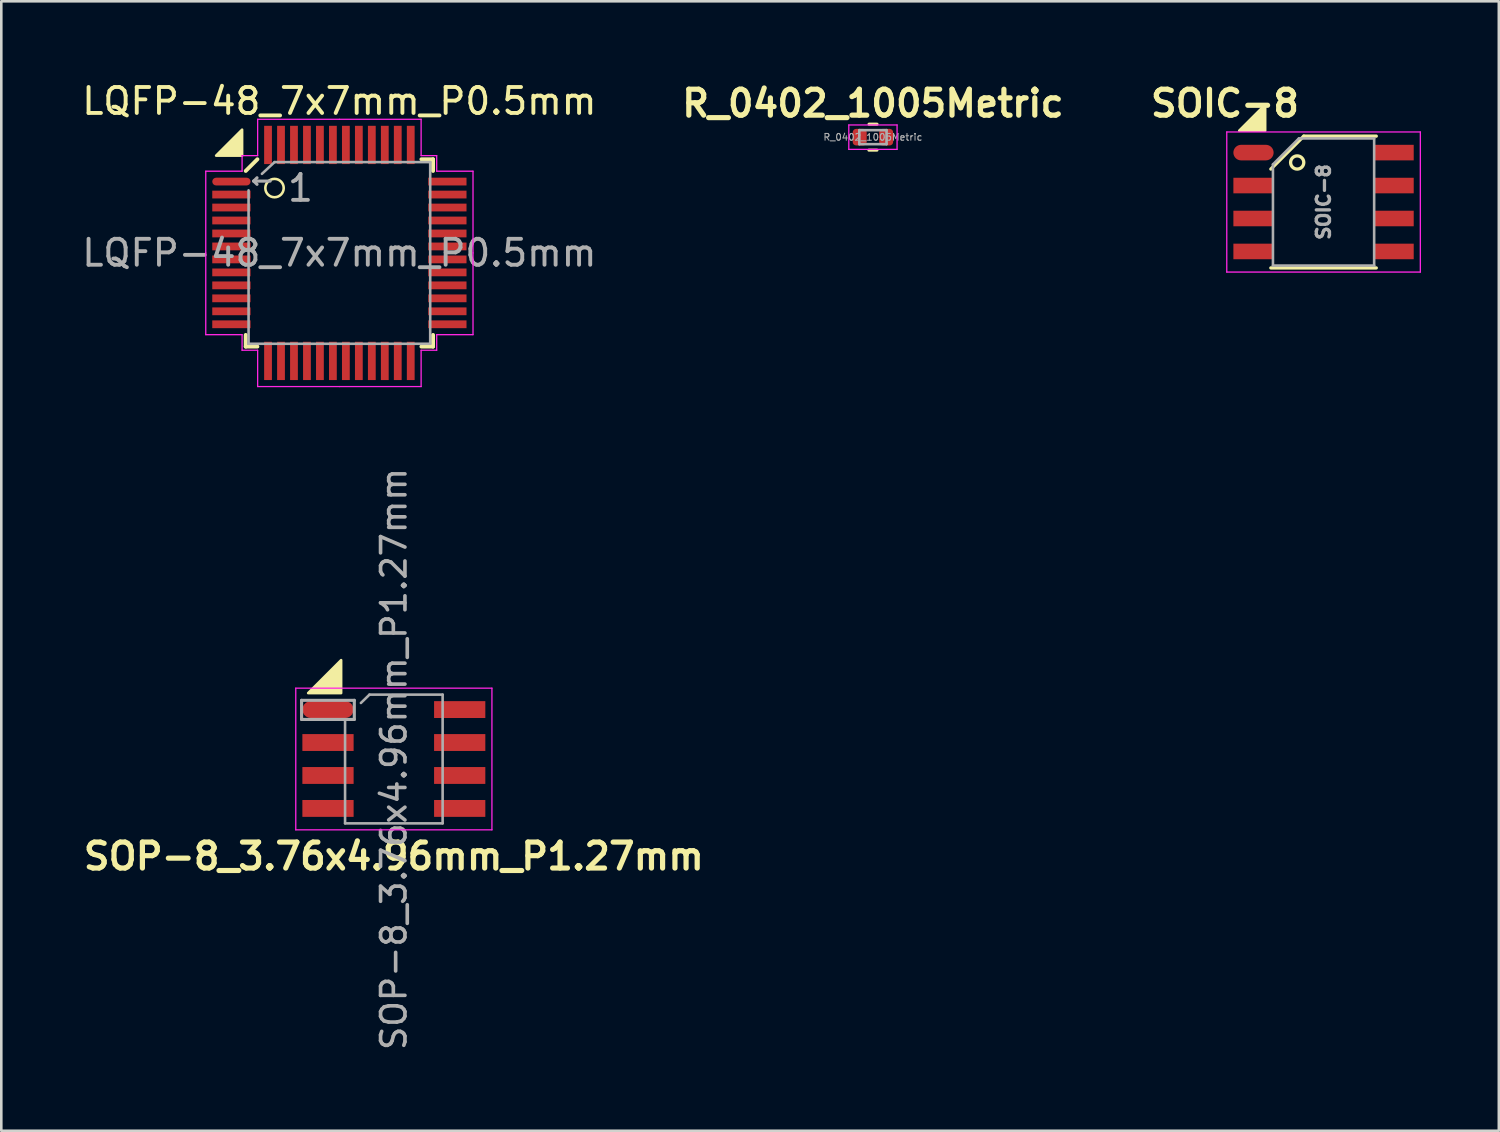
<source format=kicad_pcb>
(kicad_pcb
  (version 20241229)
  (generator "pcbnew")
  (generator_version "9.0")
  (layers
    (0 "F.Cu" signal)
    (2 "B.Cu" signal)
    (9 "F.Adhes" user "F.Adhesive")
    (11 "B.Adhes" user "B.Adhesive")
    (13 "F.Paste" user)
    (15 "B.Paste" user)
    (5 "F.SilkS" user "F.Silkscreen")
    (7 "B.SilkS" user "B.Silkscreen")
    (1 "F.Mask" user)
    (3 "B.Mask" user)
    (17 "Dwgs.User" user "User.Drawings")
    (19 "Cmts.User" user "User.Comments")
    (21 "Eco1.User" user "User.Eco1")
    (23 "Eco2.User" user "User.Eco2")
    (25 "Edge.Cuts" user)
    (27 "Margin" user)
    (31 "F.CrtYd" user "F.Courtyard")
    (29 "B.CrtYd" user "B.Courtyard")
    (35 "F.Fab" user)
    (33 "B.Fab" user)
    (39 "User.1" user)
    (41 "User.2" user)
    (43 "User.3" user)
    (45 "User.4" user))
  (footprint "SOP-8_3.76x4.96mm_P1.27mm"
    (layer "F.Cu")
    (at 12.129 26.202)
    (property "Reference" "SOP-8_3.76x4.96mm_P1.27mm" (at 0 3.75 0) (layer "F.SilkS") (effects (font (size 1 1) (thickness 0.2))))
    (attr smd)
    (fp_poly (pts (xy -3.302 -2.54) (xy -2.032 -2.54) (xy -2.032 -3.81)) (stroke (width 0.1) (type solid)) (fill yes) (layer "F.SilkS"))
    (fp_line (start -3.78 -2.73) (end -3.78 2.73) (stroke (width 0.05) (type solid)) (layer "F.CrtYd"))
    (fp_line (start -3.78 2.73) (end 3.78 2.73) (stroke (width 0.05) (type solid)) (layer "F.CrtYd"))
    (fp_line (start 3.78 -2.73) (end -3.78 -2.73) (stroke (width 0.05) (type solid)) (layer "F.CrtYd"))
    (fp_line (start 3.78 2.73) (end 3.78 -2.73) (stroke (width 0.05) (type solid)) (layer "F.CrtYd"))
    (fp_line (start -3.556 -2.261) (end -1.524 -2.261) (stroke (width 0.12) (type solid)) (layer "F.Fab"))
    (fp_line (start -3.556 -1.524) (end -3.556 -2.261) (stroke (width 0.12) (type solid)) (layer "F.Fab"))
    (fp_line (start -1.88 2.48) (end -1.88 -1.499) (stroke (width 0.1) (type solid)) (layer "F.Fab"))
    (fp_line (start -1.524 -2.261) (end -1.524 -1.524) (stroke (width 0.12) (type solid)) (layer "F.Fab"))
    (fp_line (start -1.524 -1.524) (end -3.556 -1.524) (stroke (width 0.12) (type solid)) (layer "F.Fab"))
    (fp_line (start -1.27 -2.159) (end -0.94 -2.48) (stroke (width 0.1) (type solid)) (layer "F.Fab"))
    (fp_line (start -0.94 -2.48) (end 1.88 -2.48) (stroke (width 0.1) (type solid)) (layer "F.Fab"))
    (fp_line (start 1.88 -2.48) (end 1.88 2.48) (stroke (width 0.1) (type solid)) (layer "F.Fab"))
    (fp_line (start 1.88 2.48) (end -1.88 2.48) (stroke (width 0.1) (type solid)) (layer "F.Fab"))
    (fp_text user "${REFERENCE}" (at 0 0 270) (layer "F.Fab") (effects (font (size 0.94 0.94) (thickness 0.14))))
    (pad "1" smd roundrect (at -2.538 -1.905) (size 1.975 0.65) (layers "F.Cu" "F.Mask" "F.Paste") (roundrect_rratio 0.5))
    (pad "2" smd rect (at -2.538 -0.635) (size 1.975 0.65) (layers "F.Cu" "F.Mask" "F.Paste"))
    (pad "3" smd rect (at -2.538 0.635) (size 1.975 0.65) (layers "F.Cu" "F.Mask" "F.Paste"))
    (pad "4" smd rect (at -2.538 1.905) (size 1.975 0.65) (layers "F.Cu" "F.Mask" "F.Paste"))
    (pad "5" smd rect (at 2.538 1.905) (size 1.975 0.65) (layers "F.Cu" "F.Mask" "F.Paste"))
    (pad "6" smd rect (at 2.538 0.635) (size 1.975 0.65) (layers "F.Cu" "F.Mask" "F.Paste"))
    (pad "7" smd rect (at 2.538 -0.635) (size 1.975 0.65) (layers "F.Cu" "F.Mask" "F.Paste"))
    (pad "8" smd rect (at 2.538 -1.905) (size 1.975 0.65) (layers "F.Cu" "F.Mask" "F.Paste")))
  (footprint "SOIC-8"
    (layer "F.Cu")
    (at 47.96 4.736)
    (property "Reference" "SOIC-8" (at -3.8 -3.8 180) (layer "F.SilkS") (effects (font (size 1 1) (thickness 0.2))))
    (attr smd)
    (fp_line (start -2.032 -1.27) (end -0.762 -2.54) (stroke (width 0.127) (type solid)) (layer "F.SilkS"))
    (fp_line (start -0.762 -2.54) (end 2.032 -2.54) (stroke (width 0.127) (type solid)) (layer "F.SilkS"))
    (fp_line (start 2.032 2.54) (end -2.032 2.54) (stroke (width 0.127) (type solid)) (layer "F.SilkS"))
    (fp_circle (center -1.016 -1.524) (end -0.762 -1.524) (stroke (width 0.127) (type solid)) (fill no) (layer "F.SilkS"))
    (fp_poly (pts (xy -3.25 -2.75) (xy -2.25 -2.75) (xy -2.25 -3.75)) (stroke (width 0.1) (type solid)) (fill yes) (layer "F.SilkS"))
    (fp_line (start -3.73 -2.7) (end -3.73 2.7) (stroke (width 0.05) (type solid)) (layer "F.CrtYd"))
    (fp_line (start -3.73 -2.7) (end 3.73 -2.7) (stroke (width 0.05) (type solid)) (layer "F.CrtYd"))
    (fp_line (start -3.73 2.7) (end 3.73 2.7) (stroke (width 0.05) (type solid)) (layer "F.CrtYd"))
    (fp_line (start 3.73 -2.7) (end 3.73 2.7) (stroke (width 0.05) (type solid)) (layer "F.CrtYd"))
    (fp_line (start -1.95 -1.45) (end -0.95 -2.45) (stroke (width 0.1) (type solid)) (layer "F.Fab"))
    (fp_line (start -1.95 2.45) (end -1.95 -1.45) (stroke (width 0.1) (type solid)) (layer "F.Fab"))
    (fp_line (start -0.95 -2.45) (end 1.95 -2.45) (stroke (width 0.1) (type solid)) (layer "F.Fab"))
    (fp_line (start 1.95 -2.45) (end 1.95 2.45) (stroke (width 0.1) (type solid)) (layer "F.Fab"))
    (fp_line (start 1.95 2.45) (end -1.95 2.45) (stroke (width 0.1) (type solid)) (layer "F.Fab"))
    (fp_text user "${REFERENCE}" (at 0 0 90) (layer "F.Fab") (effects (font (size 0.508 0.508) (thickness 0.127))))
    (pad "1" smd oval (at -2.7 -1.905) (size 1.55 0.6) (layers "F.Cu" "F.Mask" "F.Paste"))
    (pad "2" smd trapezoid (at -2.7 -0.635) (size 1.55 0.6) (layers "F.Cu" "F.Mask" "F.Paste"))
    (pad "3" smd trapezoid (at -2.7 0.635) (size 1.55 0.6) (layers "F.Cu" "F.Mask" "F.Paste"))
    (pad "4" smd trapezoid (at -2.7 1.905) (size 1.55 0.6) (layers "F.Cu" "F.Mask" "F.Paste"))
    (pad "5" smd trapezoid (at 2.7 1.905) (size 1.55 0.6) (layers "F.Cu" "F.Mask" "F.Paste"))
    (pad "6" smd trapezoid (at 2.7 0.635) (size 1.55 0.6) (layers "F.Cu" "F.Mask" "F.Paste"))
    (pad "7" smd trapezoid (at 2.7 -0.635) (size 1.55 0.6) (layers "F.Cu" "F.Mask" "F.Paste"))
    (pad "8" smd trapezoid (at 2.7 -1.905) (size 1.55 0.6) (layers "F.Cu" "F.Mask" "F.Paste")))
  (footprint "R_0402_1005Metric"
    (layer "F.Cu")
    (at 30.593 2.236)
    (property "Reference" "R_0402_1005Metric" (at 0 -1.3 0) (layer "F.SilkS") (effects (font (size 1 1) (thickness 0.2))))
    (attr smd)
    (fp_line (start -0.154 0.5) (end 0.154 0.5) (stroke (width 0.12) (type solid)) (layer "F.SilkS"))
    (fp_line (start -0.15 -0.5) (end 0.157 -0.5) (stroke (width 0.12) (type solid)) (layer "F.SilkS"))
    (fp_line (start -0.93 -0.47) (end 0.93 -0.47) (stroke (width 0.05) (type solid)) (layer "F.CrtYd"))
    (fp_line (start -0.93 0.47) (end -0.93 -0.47) (stroke (width 0.05) (type solid)) (layer "F.CrtYd"))
    (fp_line (start 0.93 -0.47) (end 0.93 0.47) (stroke (width 0.05) (type solid)) (layer "F.CrtYd"))
    (fp_line (start 0.93 0.47) (end -0.93 0.47) (stroke (width 0.05) (type solid)) (layer "F.CrtYd"))
    (fp_line (start -0.525 -0.27) (end 0.525 -0.27) (stroke (width 0.1) (type solid)) (layer "F.Fab"))
    (fp_line (start -0.525 0.27) (end -0.525 -0.27) (stroke (width 0.1) (type solid)) (layer "F.Fab"))
    (fp_line (start 0.525 -0.27) (end 0.525 0.27) (stroke (width 0.1) (type solid)) (layer "F.Fab"))
    (fp_line (start 0.525 0.27) (end -0.525 0.27) (stroke (width 0.1) (type solid)) (layer "F.Fab"))
    (fp_text user "${REFERENCE}" (at 0 0 0) (layer "F.Fab") (effects (font (size 0.26 0.26) (thickness 0.04))))
    (pad "1" smd roundrect (at -0.51 0) (size 0.54 0.64) (layers "F.Cu" "F.Mask" "F.Paste") (roundrect_rratio 0.25))
    (pad "2" smd roundrect (at 0.51 0) (size 0.54 0.64) (layers "F.Cu" "F.Mask" "F.Paste") (roundrect_rratio 0.25)))
  (footprint "LQFP-48_7x7mm_P0.5mm"
    (layer "F.Cu")
    (at 10.03 6.698)
    (property "Reference" "LQFP-48_7x7mm_P0.5mm" (at 0 -5.85 0) (layer "F.SilkS") (effects (font (size 1 1) (thickness 0.15))))
    (attr smd)
    (fp_line (start -3.61 -3.16) (end -3.16 -3.61) (stroke (width 0.15) (type solid)) (layer "F.SilkS"))
    (fp_line (start -3.61 3.61) (end -3.61 3.16) (stroke (width 0.15) (type solid)) (layer "F.SilkS"))
    (fp_line (start -3.16 3.61) (end -3.61 3.61) (stroke (width 0.15) (type solid)) (layer "F.SilkS"))
    (fp_line (start 3.16 -3.61) (end 3.61 -3.61) (stroke (width 0.15) (type solid)) (layer "F.SilkS"))
    (fp_line (start 3.16 3.61) (end 3.61 3.61) (stroke (width 0.15) (type solid)) (layer "F.SilkS"))
    (fp_line (start 3.61 -3.61) (end 3.61 -3.16) (stroke (width 0.15) (type solid)) (layer "F.SilkS"))
    (fp_line (start 3.61 3.61) (end 3.61 3.16) (stroke (width 0.15) (type solid)) (layer "F.SilkS"))
    (fp_circle (center -2.5 -2.5) (end -2.146 -2.5) (stroke (width 0.1) (type solid)) (fill no) (layer "F.SilkS"))
    (fp_poly (pts (xy -3.75 -3.75) (xy -3.75 -4.75) (xy -4.75 -3.75)) (stroke (width 0.1) (type solid)) (fill yes) (layer "F.SilkS"))
    (fp_line (start -5.15 -3.15) (end -5.15 0) (stroke (width 0.05) (type solid)) (layer "F.CrtYd"))
    (fp_line (start -5.15 3.15) (end -5.15 0) (stroke (width 0.05) (type solid)) (layer "F.CrtYd"))
    (fp_line (start -3.75 -3.75) (end -3.75 -3.15) (stroke (width 0.05) (type solid)) (layer "F.CrtYd"))
    (fp_line (start -3.75 -3.15) (end -5.15 -3.15) (stroke (width 0.05) (type solid)) (layer "F.CrtYd"))
    (fp_line (start -3.75 3.15) (end -5.15 3.15) (stroke (width 0.05) (type solid)) (layer "F.CrtYd"))
    (fp_line (start -3.75 3.75) (end -3.75 3.15) (stroke (width 0.05) (type solid)) (layer "F.CrtYd"))
    (fp_line (start -3.15 -5.15) (end -3.15 -3.75) (stroke (width 0.05) (type solid)) (layer "F.CrtYd"))
    (fp_line (start -3.15 -3.75) (end -3.75 -3.75) (stroke (width 0.05) (type solid)) (layer "F.CrtYd"))
    (fp_line (start -3.15 3.75) (end -3.75 3.75) (stroke (width 0.05) (type solid)) (layer "F.CrtYd"))
    (fp_line (start -3.15 5.15) (end -3.15 3.75) (stroke (width 0.05) (type solid)) (layer "F.CrtYd"))
    (fp_line (start 0 -5.15) (end -3.15 -5.15) (stroke (width 0.05) (type solid)) (layer "F.CrtYd"))
    (fp_line (start 0 -5.15) (end 3.15 -5.15) (stroke (width 0.05) (type solid)) (layer "F.CrtYd"))
    (fp_line (start 0 5.15) (end -3.15 5.15) (stroke (width 0.05) (type solid)) (layer "F.CrtYd"))
    (fp_line (start 0 5.15) (end 3.15 5.15) (stroke (width 0.05) (type solid)) (layer "F.CrtYd"))
    (fp_line (start 3.15 -5.15) (end 3.15 -3.75) (stroke (width 0.05) (type solid)) (layer "F.CrtYd"))
    (fp_line (start 3.15 -3.75) (end 3.75 -3.75) (stroke (width 0.05) (type solid)) (layer "F.CrtYd"))
    (fp_line (start 3.15 3.75) (end 3.75 3.75) (stroke (width 0.05) (type solid)) (layer "F.CrtYd"))
    (fp_line (start 3.15 5.15) (end 3.15 3.75) (stroke (width 0.05) (type solid)) (layer "F.CrtYd"))
    (fp_line (start 3.75 -3.75) (end 3.75 -3.15) (stroke (width 0.05) (type solid)) (layer "F.CrtYd"))
    (fp_line (start 3.75 -3.15) (end 5.15 -3.15) (stroke (width 0.05) (type solid)) (layer "F.CrtYd"))
    (fp_line (start 3.75 3.15) (end 5.15 3.15) (stroke (width 0.05) (type solid)) (layer "F.CrtYd"))
    (fp_line (start 3.75 3.75) (end 3.75 3.15) (stroke (width 0.05) (type solid)) (layer "F.CrtYd"))
    (fp_line (start 5.15 -3.15) (end 5.15 0) (stroke (width 0.05) (type solid)) (layer "F.CrtYd"))
    (fp_line (start 5.15 3.15) (end 5.15 0) (stroke (width 0.05) (type solid)) (layer "F.CrtYd"))
    (fp_line (start -3.5 3.5) (end -3.5 -2.413) (stroke (width 0.1) (type solid)) (layer "F.Fab"))
    (fp_line (start -3.301 -2.769) (end -3.174 -2.897) (stroke (width 0.12) (type solid)) (layer "F.Fab"))
    (fp_line (start -3.301 -2.769) (end -3.174 -2.643) (stroke (width 0.12) (type solid)) (layer "F.Fab"))
    (fp_line (start -3.301 -2.769) (end -2.666 -2.769) (stroke (width 0.12) (type solid)) (layer "F.Fab"))
    (fp_line (start -2.985 -3.048) (end -2.5 -3.5) (stroke (width 0.1) (type solid)) (layer "F.Fab"))
    (fp_line (start -2.5 -3.5) (end 3.5 -3.5) (stroke (width 0.1) (type solid)) (layer "F.Fab"))
    (fp_line (start 3.5 -3.5) (end 3.5 3.5) (stroke (width 0.1) (type solid)) (layer "F.Fab"))
    (fp_line (start 3.5 3.5) (end -3.5 3.5) (stroke (width 0.1) (type solid)) (layer "F.Fab"))
    (fp_text user "${REFERENCE}" (at 0 0 0) (layer "F.Fab") (effects (font (size 1 1) (thickness 0.15))))
    (fp_text user "1" (at -1.5 -2.5 0) (layer "F.Fab") (effects (font (size 1 1) (thickness 0.15))))
    (pad "1" smd roundrect (at -4.162 -2.75) (size 1.475 0.3) (layers "F.Cu" "F.Mask" "F.Paste") (roundrect_rratio 0.5))
    (pad "2" smd rect (at -4.162 -2.25) (size 1.475 0.3) (layers "F.Cu" "F.Mask" "F.Paste"))
    (pad "3" smd rect (at -4.162 -1.75) (size 1.475 0.3) (layers "F.Cu" "F.Mask" "F.Paste"))
    (pad "4" smd rect (at -4.162 -1.25) (size 1.475 0.3) (layers "F.Cu" "F.Mask" "F.Paste"))
    (pad "5" smd rect (at -4.162 -0.75) (size 1.475 0.3) (layers "F.Cu" "F.Mask" "F.Paste"))
    (pad "6" smd rect (at -4.162 -0.25) (size 1.475 0.3) (layers "F.Cu" "F.Mask" "F.Paste"))
    (pad "7" smd rect (at -4.162 0.25) (size 1.475 0.3) (layers "F.Cu" "F.Mask" "F.Paste"))
    (pad "8" smd rect (at -4.162 0.75) (size 1.475 0.3) (layers "F.Cu" "F.Mask" "F.Paste"))
    (pad "9" smd rect (at -4.162 1.25) (size 1.475 0.3) (layers "F.Cu" "F.Mask" "F.Paste"))
    (pad "10" smd rect (at -4.162 1.75) (size 1.475 0.3) (layers "F.Cu" "F.Mask" "F.Paste"))
    (pad "11" smd rect (at -4.162 2.25) (size 1.475 0.3) (layers "F.Cu" "F.Mask" "F.Paste"))
    (pad "12" smd rect (at -4.162 2.75) (size 1.475 0.3) (layers "F.Cu" "F.Mask" "F.Paste"))
    (pad "13" smd rect (at -2.75 4.162) (size 0.3 1.475) (layers "F.Cu" "F.Mask" "F.Paste"))
    (pad "14" smd rect (at -2.25 4.162) (size 0.3 1.475) (layers "F.Cu" "F.Mask" "F.Paste"))
    (pad "15" smd rect (at -1.75 4.162) (size 0.3 1.475) (layers "F.Cu" "F.Mask" "F.Paste"))
    (pad "16" smd rect (at -1.25 4.162) (size 0.3 1.475) (layers "F.Cu" "F.Mask" "F.Paste"))
    (pad "17" smd rect (at -0.75 4.162) (size 0.3 1.475) (layers "F.Cu" "F.Mask" "F.Paste"))
    (pad "18" smd rect (at -0.25 4.162) (size 0.3 1.475) (layers "F.Cu" "F.Mask" "F.Paste"))
    (pad "19" smd rect (at 0.25 4.162) (size 0.3 1.475) (layers "F.Cu" "F.Mask" "F.Paste"))
    (pad "20" smd rect (at 0.75 4.162) (size 0.3 1.475) (layers "F.Cu" "F.Mask" "F.Paste"))
    (pad "21" smd rect (at 1.25 4.162) (size 0.3 1.475) (layers "F.Cu" "F.Mask" "F.Paste"))
    (pad "22" smd rect (at 1.75 4.162) (size 0.3 1.475) (layers "F.Cu" "F.Mask" "F.Paste"))
    (pad "23" smd rect (at 2.25 4.162) (size 0.3 1.475) (layers "F.Cu" "F.Mask" "F.Paste"))
    (pad "24" smd rect (at 2.75 4.162) (size 0.3 1.475) (layers "F.Cu" "F.Mask" "F.Paste"))
    (pad "25" smd rect (at 4.162 2.75) (size 1.475 0.3) (layers "F.Cu" "F.Mask" "F.Paste"))
    (pad "26" smd rect (at 4.162 2.25) (size 1.475 0.3) (layers "F.Cu" "F.Mask" "F.Paste"))
    (pad "27" smd rect (at 4.162 1.75) (size 1.475 0.3) (layers "F.Cu" "F.Mask" "F.Paste"))
    (pad "28" smd rect (at 4.162 1.25) (size 1.475 0.3) (layers "F.Cu" "F.Mask" "F.Paste"))
    (pad "29" smd rect (at 4.162 0.75) (size 1.475 0.3) (layers "F.Cu" "F.Mask" "F.Paste"))
    (pad "30" smd rect (at 4.162 0.25) (size 1.475 0.3) (layers "F.Cu" "F.Mask" "F.Paste"))
    (pad "31" smd rect (at 4.162 -0.25) (size 1.475 0.3) (layers "F.Cu" "F.Mask" "F.Paste"))
    (pad "32" smd rect (at 4.162 -0.75) (size 1.475 0.3) (layers "F.Cu" "F.Mask" "F.Paste"))
    (pad "33" smd rect (at 4.162 -1.25) (size 1.475 0.3) (layers "F.Cu" "F.Mask" "F.Paste"))
    (pad "34" smd rect (at 4.162 -1.75) (size 1.475 0.3) (layers "F.Cu" "F.Mask" "F.Paste"))
    (pad "35" smd rect (at 4.162 -2.25) (size 1.475 0.3) (layers "F.Cu" "F.Mask" "F.Paste"))
    (pad "36" smd rect (at 4.162 -2.75) (size 1.475 0.3) (layers "F.Cu" "F.Mask" "F.Paste"))
    (pad "37" smd rect (at 2.75 -4.162) (size 0.3 1.475) (layers "F.Cu" "F.Mask" "F.Paste"))
    (pad "38" smd rect (at 2.25 -4.162) (size 0.3 1.475) (layers "F.Cu" "F.Mask" "F.Paste"))
    (pad "39" smd rect (at 1.75 -4.162) (size 0.3 1.475) (layers "F.Cu" "F.Mask" "F.Paste"))
    (pad "40" smd rect (at 1.25 -4.162) (size 0.3 1.475) (layers "F.Cu" "F.Mask" "F.Paste"))
    (pad "41" smd rect (at 0.75 -4.162) (size 0.3 1.475) (layers "F.Cu" "F.Mask" "F.Paste"))
    (pad "42" smd rect (at 0.25 -4.162) (size 0.3 1.475) (layers "F.Cu" "F.Mask" "F.Paste"))
    (pad "43" smd rect (at -0.25 -4.162) (size 0.3 1.475) (layers "F.Cu" "F.Mask" "F.Paste"))
    (pad "44" smd rect (at -0.75 -4.162) (size 0.3 1.475) (layers "F.Cu" "F.Mask" "F.Paste"))
    (pad "45" smd rect (at -1.25 -4.162) (size 0.3 1.475) (layers "F.Cu" "F.Mask" "F.Paste"))
    (pad "46" smd rect (at -1.75 -4.162) (size 0.3 1.475) (layers "F.Cu" "F.Mask" "F.Paste"))
    (pad "47" smd rect (at -2.25 -4.162) (size 0.3 1.475) (layers "F.Cu" "F.Mask" "F.Paste"))
    (pad "48" smd rect (at -2.75 -4.162) (size 0.3 1.475) (layers "F.Cu" "F.Mask" "F.Paste")))
  (gr_rect
    (start -3 -3)
    (end 54.715 40.531)
    (stroke (width 0.1) (type default))
    (fill no)
    (layer "Edge.Cuts")))
</source>
